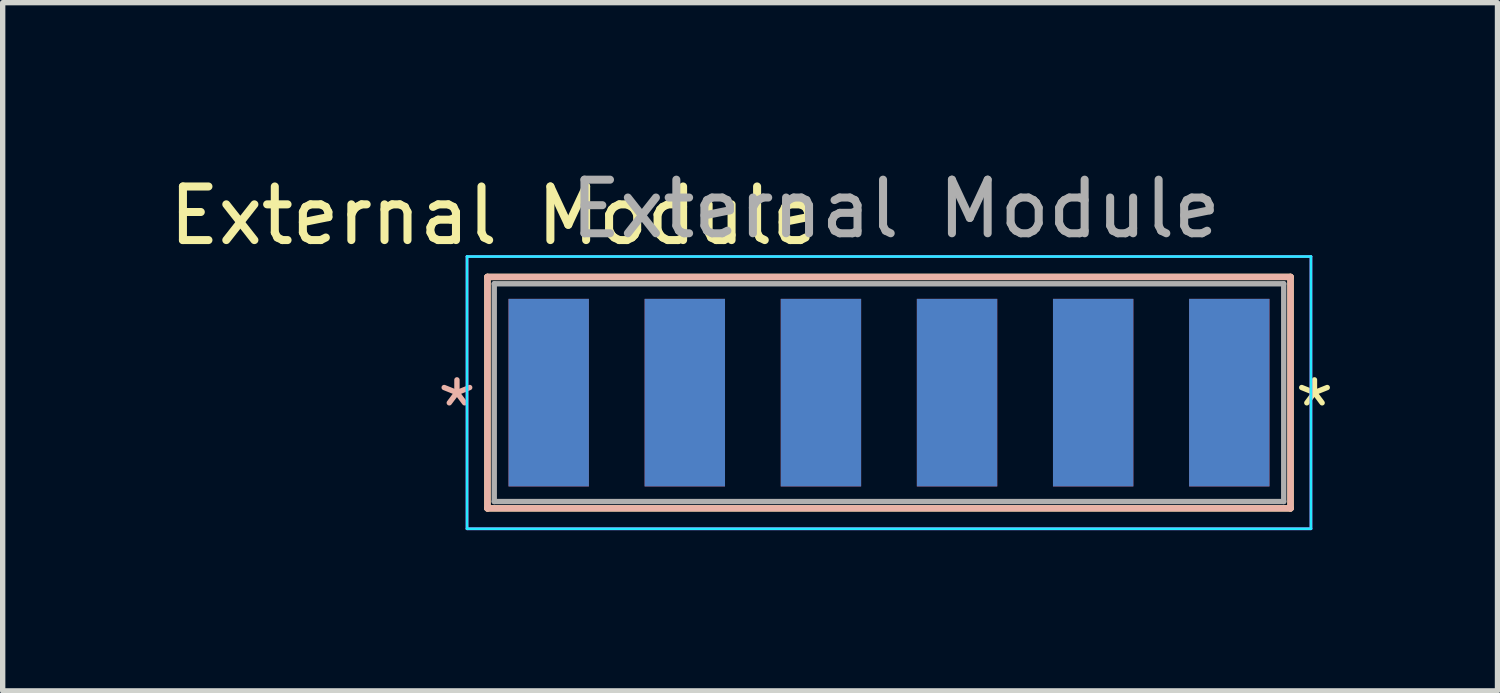
<source format=kicad_pcb>
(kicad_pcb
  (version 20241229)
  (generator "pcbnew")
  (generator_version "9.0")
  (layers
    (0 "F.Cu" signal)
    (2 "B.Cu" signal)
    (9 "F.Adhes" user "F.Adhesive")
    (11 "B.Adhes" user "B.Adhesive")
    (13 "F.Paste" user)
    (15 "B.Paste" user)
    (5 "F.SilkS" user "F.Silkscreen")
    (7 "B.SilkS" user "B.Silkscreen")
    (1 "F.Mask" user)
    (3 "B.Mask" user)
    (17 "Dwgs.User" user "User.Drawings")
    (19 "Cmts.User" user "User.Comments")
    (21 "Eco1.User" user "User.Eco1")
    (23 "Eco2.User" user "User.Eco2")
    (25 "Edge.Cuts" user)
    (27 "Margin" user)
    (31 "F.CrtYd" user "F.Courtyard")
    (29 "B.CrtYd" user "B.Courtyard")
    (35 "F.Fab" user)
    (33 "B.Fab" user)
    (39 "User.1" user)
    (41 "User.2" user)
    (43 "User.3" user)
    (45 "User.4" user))
  (footprint "External Module"
    (layer "F.Cu")
    (at 14.809 4.277)
    (property "Reference" "External Module" (at -8.636 -3.302 0) (layer "F.SilkS") (effects (font (size 1 1) (thickness 0.15))))
    (attr smd)
    (fp_line (start -8.763 -2.159) (end 6.223 -2.159) (stroke (width 0.12) (type solid)) (layer "F.SilkS"))
    (fp_line (start -8.763 2.159) (end -8.763 -2.159) (stroke (width 0.12) (type solid)) (layer "F.SilkS"))
    (fp_line (start -8.763 2.159) (end 6.223 2.159) (stroke (width 0.12) (type solid)) (layer "F.SilkS"))
    (fp_line (start 6.223 2.159) (end 6.223 -2.159) (stroke (width 0.12) (type solid)) (layer "F.SilkS"))
    (fp_line (start -8.763 2.159) (end -8.763 -2.159) (stroke (width 0.12) (type solid)) (layer "B.SilkS"))
    (fp_line (start 6.223 -2.159) (end -8.763 -2.159) (stroke (width 0.12) (type solid)) (layer "B.SilkS"))
    (fp_line (start 6.223 2.159) (end -8.763 2.159) (stroke (width 0.12) (type solid)) (layer "B.SilkS"))
    (fp_line (start 6.223 2.159) (end 6.223 -2.159) (stroke (width 0.12) (type solid)) (layer "B.SilkS"))
    (fp_line (start -9.144 -2.54) (end -9.144 2.54) (stroke (width 0.05) (type solid)) (layer "B.CrtYd"))
    (fp_line (start -9.144 2.54) (end 6.604 2.54) (stroke (width 0.05) (type solid)) (layer "B.CrtYd"))
    (fp_line (start 6.604 -2.54) (end -9.144 -2.54) (stroke (width 0.05) (type solid)) (layer "B.CrtYd"))
    (fp_line (start 6.604 2.54) (end 6.604 -2.54) (stroke (width 0.05) (type solid)) (layer "B.CrtYd"))
    (fp_line (start -9.144 -2.54) (end -9.144 2.54) (stroke (width 0.05) (type solid)) (layer "F.CrtYd"))
    (fp_line (start -9.144 2.54) (end 6.604 2.54) (stroke (width 0.05) (type solid)) (layer "F.CrtYd"))
    (fp_line (start 6.604 -2.54) (end -9.144 -2.54) (stroke (width 0.05) (type solid)) (layer "F.CrtYd"))
    (fp_line (start 6.604 2.54) (end 6.604 -2.54) (stroke (width 0.05) (type solid)) (layer "F.CrtYd"))
    (fp_line (start -8.636 -2.032) (end 6.096 -2.032) (stroke (width 0.1) (type solid)) (layer "F.Fab"))
    (fp_line (start -8.636 2.032) (end -8.636 -2.032) (stroke (width 0.1) (type solid)) (layer "F.Fab"))
    (fp_line (start -8.636 2.032) (end 6.096 2.032) (stroke (width 0.1) (type solid)) (layer "F.Fab"))
    (fp_line (start 6.096 2.032) (end 6.096 -2.032) (stroke (width 0.1) (type solid)) (layer "F.Fab"))
    (fp_text user "*" (at 6.223 0.889 0) (unlocked yes) (layer "F.SilkS") (effects (font (size 1 1) (thickness 0.1)) (justify left bottom)))
    (fp_text user "*" (at -9.779 0.889 0) (unlocked yes) (layer "B.SilkS") (effects (font (size 1 1) (thickness 0.1)) (justify left bottom)))
    (fp_text user "${REFERENCE}" (at -1.143 -3.429 0) (layer "F.Fab") (effects (font (size 1 1) (thickness 0.15))))
    (pad "1" smd rect (at -7.62 0) (size 1.5 3.5) (layers "B.Cu" "B.Mask" "B.Paste"))
    (pad "1" smd rect (at 5.08 0) (size 1.5 3.5) (layers "F.Cu" "F.Mask" "F.Paste"))
    (pad "2" smd rect (at -5.08 0) (size 1.5 3.5) (layers "B.Cu" "B.Mask" "B.Paste"))
    (pad "2" smd rect (at 2.54 0) (size 1.5 3.5) (layers "F.Cu" "F.Mask" "F.Paste"))
    (pad "3" smd rect (at -2.54 0) (size 1.5 3.5) (layers "B.Cu" "B.Mask" "B.Paste"))
    (pad "3" smd rect (at 0 0) (size 1.5 3.5) (layers "F.Cu" "F.Mask" "F.Paste"))
    (pad "4" smd rect (at -2.54 0) (size 1.5 3.5) (layers "F.Cu" "F.Mask" "F.Paste"))
    (pad "4" smd rect (at 0 0) (size 1.5 3.5) (layers "B.Cu" "B.Mask" "B.Paste"))
    (pad "5" smd rect (at -5.08 0) (size 1.5 3.5) (layers "F.Cu" "F.Mask" "F.Paste"))
    (pad "5" smd rect (at 2.54 0) (size 1.5 3.5) (layers "B.Cu" "B.Mask" "B.Paste"))
    (pad "6" smd rect (at -7.62 0) (size 1.5 3.5) (layers "F.Cu" "F.Mask" "F.Paste"))
    (pad "6" smd rect (at 5.08 0) (size 1.5 3.5) (layers "B.Cu" "B.Mask" "B.Paste")))
  (gr_rect
    (start -3 -3)
    (end 24.894 9.842)
    (stroke (width 0.1) (type default))
    (fill no)
    (layer "Edge.Cuts")))
</source>
